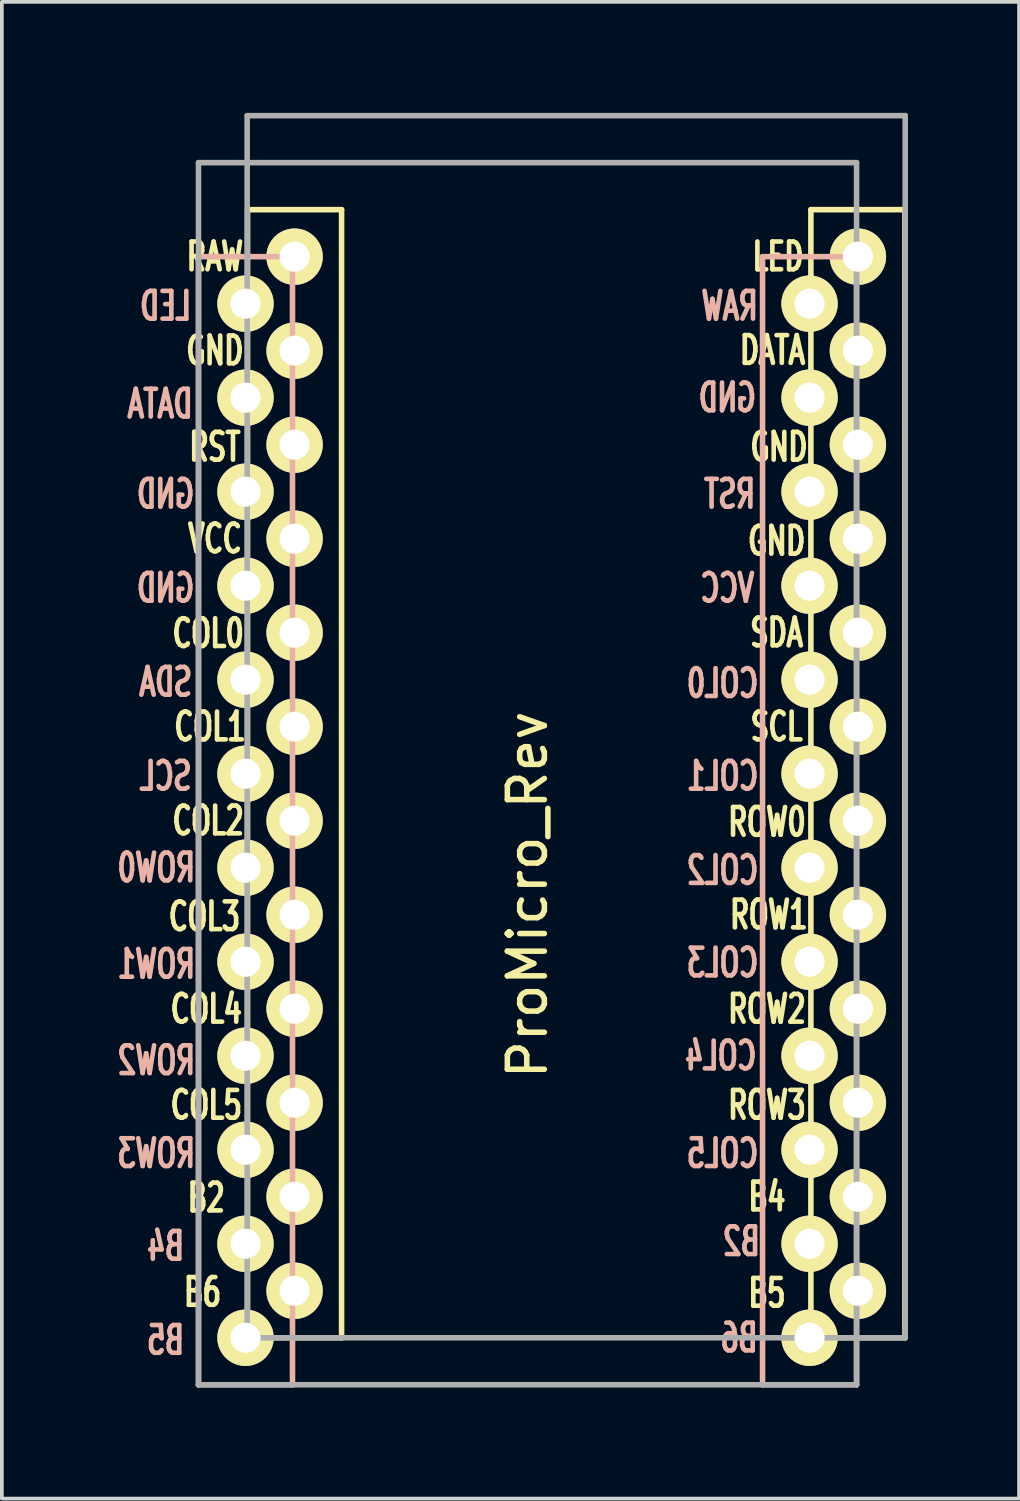
<source format=kicad_pcb>
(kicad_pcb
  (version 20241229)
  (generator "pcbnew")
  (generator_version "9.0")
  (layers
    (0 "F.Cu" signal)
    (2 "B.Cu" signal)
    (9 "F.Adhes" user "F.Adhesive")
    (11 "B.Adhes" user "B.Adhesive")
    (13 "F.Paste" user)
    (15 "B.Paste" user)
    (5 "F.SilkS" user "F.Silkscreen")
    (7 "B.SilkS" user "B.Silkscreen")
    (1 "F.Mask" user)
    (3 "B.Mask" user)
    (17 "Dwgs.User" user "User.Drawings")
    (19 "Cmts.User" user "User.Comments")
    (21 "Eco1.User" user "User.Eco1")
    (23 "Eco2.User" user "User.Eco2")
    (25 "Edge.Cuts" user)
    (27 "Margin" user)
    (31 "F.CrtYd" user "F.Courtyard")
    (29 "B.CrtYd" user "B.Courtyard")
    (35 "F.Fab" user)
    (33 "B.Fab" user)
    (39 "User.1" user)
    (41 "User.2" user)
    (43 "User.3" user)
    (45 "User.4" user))
  (footprint "ProMicro_Rev"
    (layer "F.Cu")
    (at 12.473 18.363)
    (property "Reference" "ProMicro_Rev" (at -1.27 2.762 270) (layer "F.SilkS") (effects (font (size 1 1) (thickness 0.15))))
    (attr through_hole)
    (fp_line (start -8.834 -15.748) (end -6.294 -15.748) (stroke (width 0.15) (type solid)) (layer "F.SilkS"))
    (fp_line (start -8.834 14.732) (end -8.834 -15.748) (stroke (width 0.15) (type solid)) (layer "F.SilkS"))
    (fp_line (start -6.294 -15.748) (end -6.294 14.732) (stroke (width 0.15) (type solid)) (layer "F.SilkS"))
    (fp_line (start -6.294 14.732) (end -8.834 14.732) (stroke (width 0.15) (type solid)) (layer "F.SilkS"))
    (fp_line (start 6.386 -15.748) (end 8.926 -15.748) (stroke (width 0.15) (type solid)) (layer "F.SilkS"))
    (fp_line (start 6.386 14.732) (end 6.386 -15.748) (stroke (width 0.15) (type solid)) (layer "F.SilkS"))
    (fp_line (start 8.926 -15.748) (end 8.926 14.732) (stroke (width 0.15) (type solid)) (layer "F.SilkS"))
    (fp_line (start 8.926 14.732) (end 6.386 14.732) (stroke (width 0.15) (type solid)) (layer "F.SilkS"))
    (fp_line (start -10.16 -14.478) (end -7.62 -14.478) (stroke (width 0.15) (type solid)) (layer "B.SilkS"))
    (fp_line (start -10.16 16.002) (end -10.16 -14.478) (stroke (width 0.15) (type solid)) (layer "B.SilkS"))
    (fp_line (start -7.62 -14.478) (end -7.62 16.002) (stroke (width 0.15) (type solid)) (layer "B.SilkS"))
    (fp_line (start -7.62 16.002) (end -10.16 16.002) (stroke (width 0.15) (type solid)) (layer "B.SilkS"))
    (fp_line (start 5.08 -14.478) (end 7.62 -14.478) (stroke (width 0.15) (type solid)) (layer "B.SilkS"))
    (fp_line (start 5.08 16.002) (end 5.08 -14.478) (stroke (width 0.15) (type solid)) (layer "B.SilkS"))
    (fp_line (start 7.62 -14.478) (end 7.62 16.002) (stroke (width 0.15) (type solid)) (layer "B.SilkS"))
    (fp_line (start 7.62 16.002) (end 5.08 16.002) (stroke (width 0.15) (type solid)) (layer "B.SilkS"))
    (fp_line (start -10.16 -17.018) (end 7.62 -17.018) (stroke (width 0.15) (type solid)) (layer "F.Fab"))
    (fp_line (start -10.16 16.002) (end -10.16 -17.018) (stroke (width 0.15) (type solid)) (layer "F.Fab"))
    (fp_line (start -8.845 -18.288) (end 8.935 -18.288) (stroke (width 0.15) (type solid)) (layer "F.Fab"))
    (fp_line (start -8.845 14.732) (end -8.845 -18.288) (stroke (width 0.15) (type solid)) (layer "F.Fab"))
    (fp_line (start 7.62 -17.018) (end 7.62 16.002) (stroke (width 0.15) (type solid)) (layer "F.Fab"))
    (fp_line (start 7.62 16.002) (end -10.16 16.002) (stroke (width 0.15) (type solid)) (layer "F.Fab"))
    (fp_line (start 8.935 -18.288) (end 8.935 14.732) (stroke (width 0.15) (type solid)) (layer "F.Fab"))
    (fp_line (start 8.935 14.732) (end -8.845 14.732) (stroke (width 0.15) (type solid)) (layer "F.Fab"))
    (fp_text user "SDA" (at 5.461 -4.318 0) (layer "F.SilkS") (effects (font (size 0.75 0.5) (thickness 0.125))))
    (fp_text user "" (at -0.5 -17.25 0) (layer "F.SilkS") (effects (font (size 1 1) (thickness 0.15))))
    (fp_text user "GND" (at -9.716 -11.938 0) (layer "F.SilkS") (effects (font (size 0.75 0.5) (thickness 0.125))))
    (fp_text user "COL5" (at -9.95 8.445 0) (layer "F.SilkS") (effects (font (size 0.75 0.5) (thickness 0.125))))
    (fp_text user "B6" (at -10.05 13.5 0) (layer "F.SilkS") (effects (font (size 0.75 0.5) (thickness 0.125))))
    (fp_text user "COL1" (at -9.85 -1.778 0) (layer "F.SilkS") (effects (font (size 0.75 0.5) (thickness 0.125))))
    (fp_text user "VCC" (at -9.716 -6.858 0) (layer "F.SilkS") (effects (font (size 0.75 0.5) (thickness 0.125))))
    (fp_text user "GND" (at 5.524 -9.335 0) (layer "F.SilkS") (effects (font (size 0.75 0.5) (thickness 0.125))))
    (fp_text user "DATA" (at 5.35 -11.95 0) (layer "F.SilkS") (effects (font (size 0.75 0.5) (thickness 0.125))))
    (fp_text user "GND" (at 5.461 -6.795 0) (layer "F.SilkS") (effects (font (size 0.75 0.5) (thickness 0.125))))
    (fp_text user "ROW1" (at 5.25 3.302 0) (layer "F.SilkS") (effects (font (size 0.75 0.5) (thickness 0.125))))
    (fp_text user "ROW0" (at 5.2 0.8 0) (layer "F.SilkS") (effects (font (size 0.75 0.5) (thickness 0.125))))
    (fp_text user "COL2" (at -9.9 0.762 0) (layer "F.SilkS") (effects (font (size 0.75 0.5) (thickness 0.125))))
    (fp_text user "RAW" (at -9.716 -14.478 0) (layer "F.SilkS") (effects (font (size 0.75 0.5) (thickness 0.125))))
    (fp_text user "RST" (at -9.716 -9.335 0) (layer "F.SilkS") (effects (font (size 0.75 0.5) (thickness 0.125))))
    (fp_text user "B4" (at 5.2 10.922 0) (layer "F.SilkS") (effects (font (size 0.75 0.5) (thickness 0.125))))
    (fp_text user "B2" (at -9.95 10.95 0) (layer "F.SilkS") (effects (font (size 0.75 0.5) (thickness 0.125))))
    (fp_text user "COL4" (at -9.95 5.85 0) (layer "F.SilkS") (effects (font (size 0.75 0.5) (thickness 0.125))))
    (fp_text user "SCL" (at 5.461 -1.778 0) (layer "F.SilkS") (effects (font (size 0.75 0.5) (thickness 0.125))))
    (fp_text user "ROW2" (at 5.2 5.85 0) (layer "F.SilkS") (effects (font (size 0.75 0.5) (thickness 0.125))))
    (fp_text user "B5" (at 5.2 13.525 0) (layer "F.SilkS") (effects (font (size 0.75 0.5) (thickness 0.125))))
    (fp_text user "COL3" (at -10 3.35 0) (layer "F.SilkS") (effects (font (size 0.75 0.5) (thickness 0.125))))
    (fp_text user "LED" (at 5.5 -14.478 0) (layer "F.SilkS") (effects (font (size 0.75 0.5) (thickness 0.125))))
    (fp_text user "ROW3" (at 5.2 8.445 0) (layer "F.SilkS") (effects (font (size 0.75 0.5) (thickness 0.125))))
    (fp_text user "COL0" (at -9.9 -4.3 0) (layer "F.SilkS") (effects (font (size 0.75 0.5) (thickness 0.125))))
    (fp_text user "VCC" (at 4.128 -5.524 0) (layer "B.SilkS") (effects (font (size 0.75 0.5) (thickness 0.125)) (justify mirror)))
    (fp_text user "ROW2" (at -11.3 7.239 0) (layer "B.SilkS") (effects (font (size 0.75 0.5) (thickness 0.125)) (justify mirror)))
    (fp_text user "" (at -1.206 -16.256 0) (layer "B.SilkS") (effects (font (size 1 1) (thickness 0.15)) (justify mirror)))
    (fp_text user "GND" (at -11.049 -8.065 0) (layer "B.SilkS") (effects (font (size 0.75 0.5) (thickness 0.125)) (justify mirror)))
    (fp_text user "GND" (at 4.128 -10.668 0) (layer "B.SilkS") (effects (font (size 0.75 0.5) (thickness 0.125)) (justify mirror)))
    (fp_text user "LED" (at -11.049 -13.145 0) (layer "B.SilkS") (effects (font (size 0.75 0.5) (thickness 0.125)) (justify mirror)))
    (fp_text user "B2" (at 4.508 12.129 0) (layer "B.SilkS") (effects (font (size 0.75 0.5) (thickness 0.125)) (justify mirror)))
    (fp_text user "RST" (at 4.191 -8.065 0) (layer "B.SilkS") (effects (font (size 0.75 0.5) (thickness 0.125)) (justify mirror)))
    (fp_text user "SDA" (at -11.049 -2.985 0) (layer "B.SilkS") (effects (font (size 0.75 0.5) (thickness 0.125)) (justify mirror)))
    (fp_text user "ROW3" (at -11.3 9.75 0) (layer "B.SilkS") (effects (font (size 0.75 0.5) (thickness 0.125)) (justify mirror)))
    (fp_text user "COL0" (at 4 -2.95 0) (layer "B.SilkS") (effects (font (size 0.75 0.5) (thickness 0.125)) (justify mirror)))
    (fp_text user "ROW0" (at -11.3 2.032 0) (layer "B.SilkS") (effects (font (size 0.75 0.5) (thickness 0.125)) (justify mirror)))
    (fp_text user "B6" (at 4.445 14.732 0) (layer "B.SilkS") (effects (font (size 0.75 0.5) (thickness 0.125)) (justify mirror)))
    (fp_text user "COL5" (at 4 9.75 0) (layer "B.SilkS") (effects (font (size 0.75 0.5) (thickness 0.125)) (justify mirror)))
    (fp_text user "SCL" (at -11.049 -0.445 0) (layer "B.SilkS") (effects (font (size 0.75 0.5) (thickness 0.125)) (justify mirror)))
    (fp_text user "COL1" (at 4 -0.445 0) (layer "B.SilkS") (effects (font (size 0.75 0.5) (thickness 0.125)) (justify mirror)))
    (fp_text user "RAW" (at 4.191 -13.145 0) (layer "B.SilkS") (effects (font (size 0.75 0.5) (thickness 0.125)) (justify mirror)))
    (fp_text user "B4" (at -11.049 12.255 0) (layer "B.SilkS") (effects (font (size 0.75 0.5) (thickness 0.125)) (justify mirror)))
    (fp_text user "COL3" (at 4 4.6 0) (layer "B.SilkS") (effects (font (size 0.75 0.5) (thickness 0.125)) (justify mirror)))
    (fp_text user "COL4" (at 3.95 7.112 0) (layer "B.SilkS") (effects (font (size 0.75 0.5) (thickness 0.125)) (justify mirror)))
    (fp_text user "B5" (at -11.049 14.796 0) (layer "B.SilkS") (effects (font (size 0.75 0.5) (thickness 0.125)) (justify mirror)))
    (fp_text user "ROW1" (at -11.3 4.636 0) (layer "B.SilkS") (effects (font (size 0.75 0.5) (thickness 0.125)) (justify mirror)))
    (fp_text user "COL2" (at 4 2.1 0) (layer "B.SilkS") (effects (font (size 0.75 0.5) (thickness 0.125)) (justify mirror)))
    (fp_text user "DATA" (at -11.2 -10.5 0) (layer "B.SilkS") (effects (font (size 0.75 0.5) (thickness 0.125)) (justify mirror)))
    (fp_text user "GND" (at -11.049 -5.524 0) (layer "B.SilkS") (effects (font (size 0.75 0.5) (thickness 0.125)) (justify mirror)))
    (pad "1" thru_hole circle (at -8.89 -13.208) (size 1.524 1.524) (drill 0.813) (layers "*.Cu" "*.Mask" "F.SilkS"))
    (pad "1" thru_hole circle (at 7.656 -14.478) (size 1.524 1.524) (drill 0.813) (layers "*.Cu" "*.Mask" "F.SilkS"))
    (pad "2" thru_hole circle (at -8.89 -10.668) (size 1.524 1.524) (drill 0.813) (layers "*.Cu" "*.Mask" "F.SilkS"))
    (pad "2" thru_hole circle (at 7.656 -11.938) (size 1.524 1.524) (drill 0.813) (layers "*.Cu" "*.Mask" "F.SilkS"))
    (pad "3" thru_hole circle (at -8.89 -8.128) (size 1.524 1.524) (drill 0.813) (layers "*.Cu" "*.Mask" "F.SilkS"))
    (pad "3" thru_hole circle (at 7.656 -9.398) (size 1.524 1.524) (drill 0.813) (layers "*.Cu" "*.Mask" "F.SilkS"))
    (pad "4" thru_hole circle (at -8.89 -5.588) (size 1.524 1.524) (drill 0.813) (layers "*.Cu" "*.Mask" "F.SilkS"))
    (pad "4" thru_hole circle (at 7.656 -6.858) (size 1.524 1.524) (drill 0.813) (layers "*.Cu" "*.Mask" "F.SilkS"))
    (pad "5" thru_hole circle (at -8.89 -3.048) (size 1.524 1.524) (drill 0.813) (layers "*.Cu" "*.Mask" "F.SilkS"))
    (pad "5" thru_hole circle (at 7.656 -4.318) (size 1.524 1.524) (drill 0.813) (layers "*.Cu" "*.Mask" "F.SilkS"))
    (pad "6" thru_hole circle (at -8.89 -0.508) (size 1.524 1.524) (drill 0.813) (layers "*.Cu" "*.Mask" "F.SilkS"))
    (pad "6" thru_hole circle (at 7.656 -1.778) (size 1.524 1.524) (drill 0.813) (layers "*.Cu" "*.Mask" "F.SilkS"))
    (pad "7" thru_hole circle (at -8.89 2.032) (size 1.524 1.524) (drill 0.813) (layers "*.Cu" "*.Mask" "F.SilkS"))
    (pad "7" thru_hole circle (at 7.656 0.762) (size 1.524 1.524) (drill 0.813) (layers "*.Cu" "*.Mask" "F.SilkS"))
    (pad "8" thru_hole circle (at -8.89 4.572) (size 1.524 1.524) (drill 0.813) (layers "*.Cu" "*.Mask" "F.SilkS"))
    (pad "8" thru_hole circle (at 7.656 3.302) (size 1.524 1.524) (drill 0.813) (layers "*.Cu" "*.Mask" "F.SilkS"))
    (pad "9" thru_hole circle (at -8.89 7.112) (size 1.524 1.524) (drill 0.813) (layers "*.Cu" "*.Mask" "F.SilkS"))
    (pad "9" thru_hole circle (at 7.656 5.842) (size 1.524 1.524) (drill 0.813) (layers "*.Cu" "*.Mask" "F.SilkS"))
    (pad "10" thru_hole circle (at -8.89 9.652) (size 1.524 1.524) (drill 0.813) (layers "*.Cu" "*.Mask" "F.SilkS"))
    (pad "10" thru_hole circle (at 7.656 8.382) (size 1.524 1.524) (drill 0.813) (layers "*.Cu" "*.Mask" "F.SilkS"))
    (pad "11" thru_hole circle (at -8.89 12.192) (size 1.524 1.524) (drill 0.813) (layers "*.Cu" "*.Mask" "F.SilkS"))
    (pad "11" thru_hole circle (at 7.656 10.922) (size 1.524 1.524) (drill 0.813) (layers "*.Cu" "*.Mask" "F.SilkS"))
    (pad "12" thru_hole circle (at -8.89 14.732) (size 1.524 1.524) (drill 0.813) (layers "*.Cu" "*.Mask" "F.SilkS"))
    (pad "12" thru_hole circle (at 7.656 13.462) (size 1.524 1.524) (drill 0.813) (layers "*.Cu" "*.Mask" "F.SilkS"))
    (pad "13" thru_hole circle (at -7.564 13.462) (size 1.524 1.524) (drill 0.813) (layers "*.Cu" "*.Mask" "F.SilkS"))
    (pad "13" thru_hole circle (at 6.35 14.732) (size 1.524 1.524) (drill 0.813) (layers "*.Cu" "*.Mask" "F.SilkS"))
    (pad "14" thru_hole circle (at -7.564 10.922) (size 1.524 1.524) (drill 0.813) (layers "*.Cu" "*.Mask" "F.SilkS"))
    (pad "14" thru_hole circle (at 6.35 12.192) (size 1.524 1.524) (drill 0.813) (layers "*.Cu" "*.Mask" "F.SilkS"))
    (pad "15" thru_hole circle (at -7.564 8.382) (size 1.524 1.524) (drill 0.813) (layers "*.Cu" "*.Mask" "F.SilkS"))
    (pad "15" thru_hole circle (at 6.35 9.652) (size 1.524 1.524) (drill 0.813) (layers "*.Cu" "*.Mask" "F.SilkS"))
    (pad "16" thru_hole circle (at -7.564 5.842) (size 1.524 1.524) (drill 0.813) (layers "*.Cu" "*.Mask" "F.SilkS"))
    (pad "16" thru_hole circle (at 6.35 7.112) (size 1.524 1.524) (drill 0.813) (layers "*.Cu" "*.Mask" "F.SilkS"))
    (pad "17" thru_hole circle (at -7.564 3.302) (size 1.524 1.524) (drill 0.813) (layers "*.Cu" "*.Mask" "F.SilkS"))
    (pad "17" thru_hole circle (at 6.35 4.572) (size 1.524 1.524) (drill 0.813) (layers "*.Cu" "*.Mask" "F.SilkS"))
    (pad "18" thru_hole circle (at -7.564 0.762) (size 1.524 1.524) (drill 0.813) (layers "*.Cu" "*.Mask" "F.SilkS"))
    (pad "18" thru_hole circle (at 6.35 2.032) (size 1.524 1.524) (drill 0.813) (layers "*.Cu" "*.Mask" "F.SilkS"))
    (pad "19" thru_hole circle (at -7.564 -1.778) (size 1.524 1.524) (drill 0.813) (layers "*.Cu" "*.Mask" "F.SilkS"))
    (pad "19" thru_hole circle (at 6.35 -0.508) (size 1.524 1.524) (drill 0.813) (layers "*.Cu" "*.Mask" "F.SilkS"))
    (pad "20" thru_hole circle (at -7.564 -4.318) (size 1.524 1.524) (drill 0.813) (layers "*.Cu" "*.Mask" "F.SilkS"))
    (pad "20" thru_hole circle (at 6.35 -3.048) (size 1.524 1.524) (drill 0.813) (layers "*.Cu" "*.Mask" "F.SilkS"))
    (pad "21" thru_hole circle (at -7.564 -6.858) (size 1.524 1.524) (drill 0.813) (layers "*.Cu" "*.Mask" "F.SilkS"))
    (pad "21" thru_hole circle (at 6.35 -5.588) (size 1.524 1.524) (drill 0.813) (layers "*.Cu" "*.Mask" "F.SilkS"))
    (pad "22" thru_hole circle (at -7.564 -9.398) (size 1.524 1.524) (drill 0.813) (layers "*.Cu" "*.Mask" "F.SilkS"))
    (pad "22" thru_hole circle (at 6.35 -8.128) (size 1.524 1.524) (drill 0.813) (layers "*.Cu" "*.Mask" "F.SilkS"))
    (pad "23" thru_hole circle (at -7.564 -11.938) (size 1.524 1.524) (drill 0.813) (layers "*.Cu" "*.Mask" "F.SilkS"))
    (pad "23" thru_hole circle (at 6.35 -10.668) (size 1.524 1.524) (drill 0.813) (layers "*.Cu" "*.Mask" "F.SilkS"))
    (pad "24" thru_hole circle (at -7.564 -14.478) (size 1.524 1.524) (drill 0.813) (layers "*.Cu" "*.Mask" "F.SilkS"))
    (pad "24" thru_hole circle (at 6.35 -13.208) (size 1.524 1.524) (drill 0.813) (layers "*.Cu" "*.Mask" "F.SilkS")))
  (gr_rect
    (start -3 -3)
    (end 24.483 37.44)
    (stroke (width 0.1) (type default))
    (fill no)
    (layer "Edge.Cuts")))
</source>
